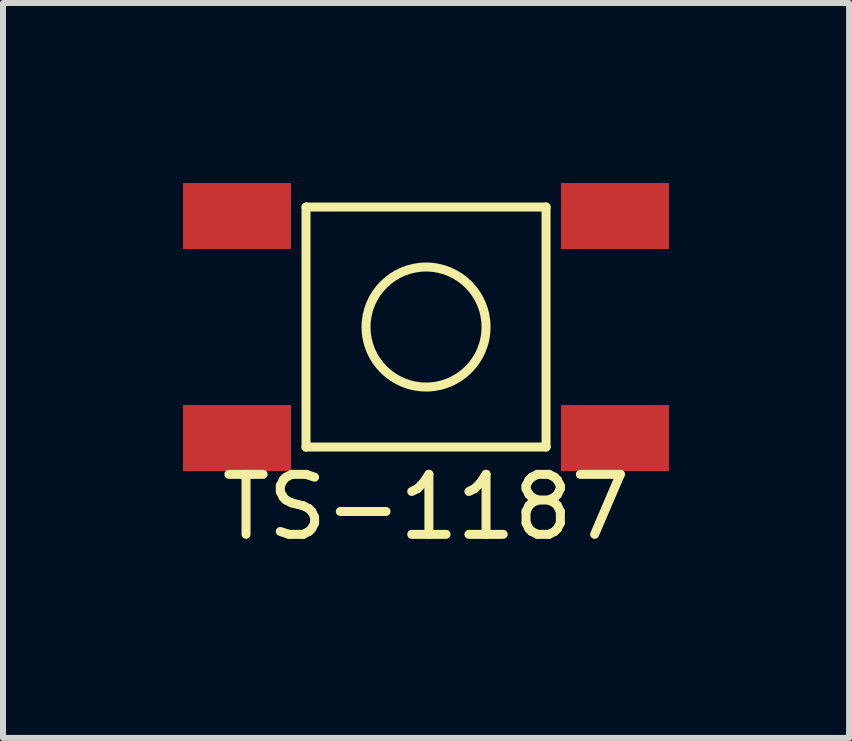
<source format=kicad_pcb>
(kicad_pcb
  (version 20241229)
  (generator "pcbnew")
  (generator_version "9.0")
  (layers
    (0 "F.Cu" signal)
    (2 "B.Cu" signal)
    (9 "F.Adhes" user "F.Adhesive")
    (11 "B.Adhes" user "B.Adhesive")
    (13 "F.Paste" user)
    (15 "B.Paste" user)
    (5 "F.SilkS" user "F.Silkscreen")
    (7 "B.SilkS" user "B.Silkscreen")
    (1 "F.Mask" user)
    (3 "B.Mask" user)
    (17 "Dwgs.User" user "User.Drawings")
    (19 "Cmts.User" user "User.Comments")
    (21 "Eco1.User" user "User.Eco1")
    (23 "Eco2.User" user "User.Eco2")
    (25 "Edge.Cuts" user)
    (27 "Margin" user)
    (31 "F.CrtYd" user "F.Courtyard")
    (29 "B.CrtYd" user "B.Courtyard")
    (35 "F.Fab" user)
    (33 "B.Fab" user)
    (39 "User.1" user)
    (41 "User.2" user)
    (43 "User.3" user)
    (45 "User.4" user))
  (footprint "TS-1187"
    (layer "F.Cu")
    (at 4.05 2.4)
    (property "Reference" "TS-1187" (at 0 3 0) (layer "F.SilkS") (effects (font (size 1 1) (thickness 0.15))))
    (attr through_hole)
    (fp_line (start -2 -2) (end 2 -2) (stroke (width 0.15) (type solid)) (layer "F.SilkS"))
    (fp_line (start -2 2) (end -2 -2) (stroke (width 0.15) (type solid)) (layer "F.SilkS"))
    (fp_line (start 2 -2) (end 2 2) (stroke (width 0.15) (type solid)) (layer "F.SilkS"))
    (fp_line (start 2 2) (end -2 2) (stroke (width 0.15) (type solid)) (layer "F.SilkS"))
    (fp_circle (center 0 0) (end 1 0) (stroke (width 0.15) (type solid)) (fill no) (layer "F.SilkS"))
    (pad "1" smd rect (at -3.15 -1.85) (size 1.8 1.1) (layers "F.Cu" "F.Mask" "F.Paste"))
    (pad "1" smd rect (at 3.15 -1.85) (size 1.8 1.1) (layers "F.Cu" "F.Mask" "F.Paste"))
    (pad "2" smd rect (at -3.15 1.85) (size 1.8 1.1) (layers "F.Cu" "F.Mask" "F.Paste"))
    (pad "2" smd rect (at 3.15 1.85) (size 1.8 1.1) (layers "F.Cu" "F.Mask" "F.Paste")))
  (gr_rect
    (start -3 -3)
    (end 11.1 9.248)
    (stroke (width 0.1) (type default))
    (fill no)
    (layer "Edge.Cuts")))
</source>
